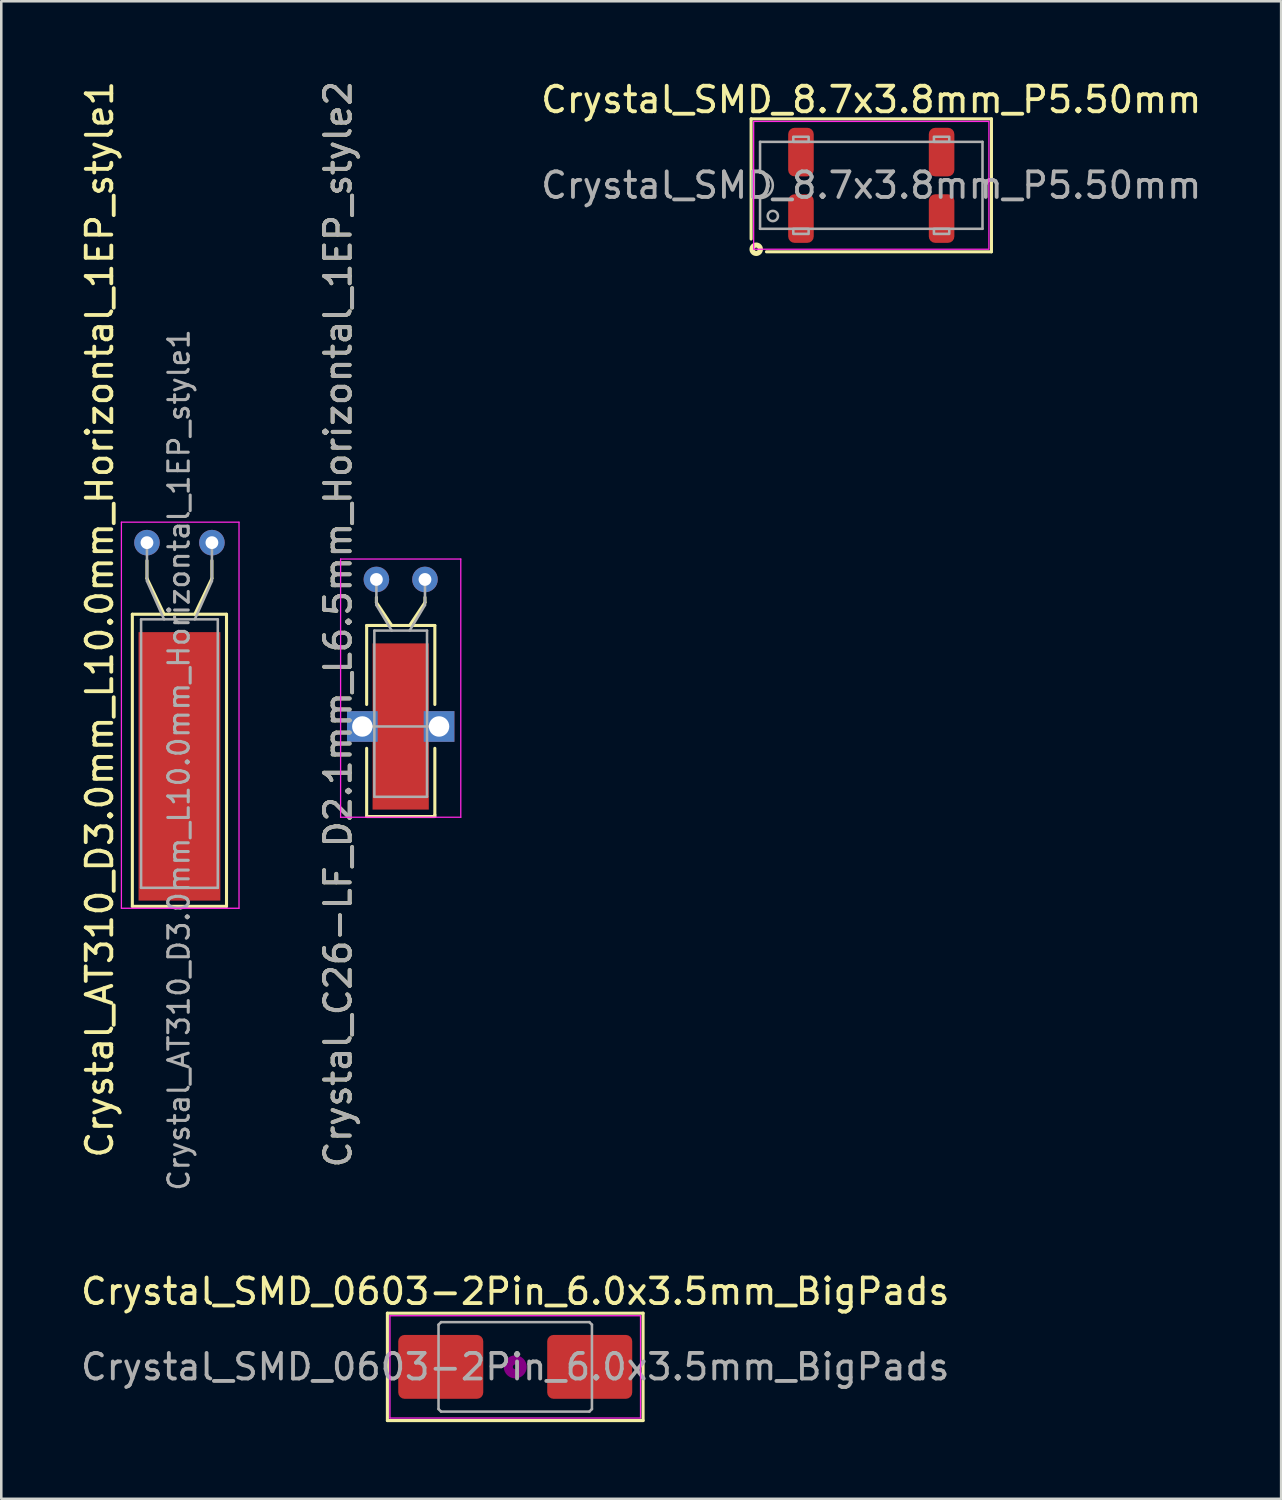
<source format=kicad_pcb>
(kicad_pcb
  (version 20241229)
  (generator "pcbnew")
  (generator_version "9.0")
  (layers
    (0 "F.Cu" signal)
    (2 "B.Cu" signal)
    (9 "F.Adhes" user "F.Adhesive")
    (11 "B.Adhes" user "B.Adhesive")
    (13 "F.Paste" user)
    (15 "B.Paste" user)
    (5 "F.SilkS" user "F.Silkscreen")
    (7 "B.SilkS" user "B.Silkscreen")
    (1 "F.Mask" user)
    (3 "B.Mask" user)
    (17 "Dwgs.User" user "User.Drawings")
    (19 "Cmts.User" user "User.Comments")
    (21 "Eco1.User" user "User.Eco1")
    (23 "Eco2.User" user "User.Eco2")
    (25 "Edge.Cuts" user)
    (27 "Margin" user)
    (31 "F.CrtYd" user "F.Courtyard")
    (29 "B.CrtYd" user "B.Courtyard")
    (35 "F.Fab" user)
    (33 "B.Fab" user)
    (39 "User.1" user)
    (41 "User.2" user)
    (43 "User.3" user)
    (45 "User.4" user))
  (footprint "Crystal_SMD_0603-2Pin_6.0x3.5mm_BigPads"
    (layer "F.Cu")
    (at 17.101 50.409)
    (property "Reference" "Crystal_SMD_0603-2Pin_6.0x3.5mm_BigPads" (at 0 -2.95 0) (layer "F.SilkS") (effects (font (size 1 1) (thickness 0.15))))
    (attr smd)
    (fp_line (start -5 -2.1) (end -5 2.1) (stroke (width 0.12) (type solid)) (layer "F.SilkS"))
    (fp_line (start -5 2.1) (end 5 2.1) (stroke (width 0.12) (type solid)) (layer "F.SilkS"))
    (fp_line (start 5 -2.1) (end -5 -2.1) (stroke (width 0.12) (type solid)) (layer "F.SilkS"))
    (fp_line (start 5 2.1) (end 5 -2.1) (stroke (width 0.12) (type solid)) (layer "F.SilkS"))
    (fp_circle (center 0 0) (end 0.093 0) (stroke (width 0.187) (type solid)) (fill no) (layer "F.Adhes"))
    (fp_circle (center 0 0) (end 0.213 0) (stroke (width 0.133) (type solid)) (fill no) (layer "F.Adhes"))
    (fp_circle (center 0 0) (end 0.333 0) (stroke (width 0.133) (type solid)) (fill no) (layer "F.Adhes"))
    (fp_circle (center 0 0) (end 0.4 0) (stroke (width 0.1) (type solid)) (fill no) (layer "F.Adhes"))
    (fp_line (start -4.9 -2) (end -4.9 2) (stroke (width 0.05) (type solid)) (layer "F.CrtYd"))
    (fp_line (start -4.9 2) (end 4.9 2) (stroke (width 0.05) (type solid)) (layer "F.CrtYd"))
    (fp_line (start 4.9 -2) (end -4.9 -2) (stroke (width 0.05) (type solid)) (layer "F.CrtYd"))
    (fp_line (start 4.9 2) (end 4.9 -2) (stroke (width 0.05) (type solid)) (layer "F.CrtYd"))
    (fp_line (start -3 -1.65) (end -2.9 -1.75) (stroke (width 0.1) (type solid)) (layer "F.Fab"))
    (fp_line (start -3 1.65) (end -3 -1.65) (stroke (width 0.1) (type solid)) (layer "F.Fab"))
    (fp_line (start -2.9 -1.75) (end 2.9 -1.75) (stroke (width 0.1) (type solid)) (layer "F.Fab"))
    (fp_line (start -2.9 1.75) (end -3 1.65) (stroke (width 0.1) (type solid)) (layer "F.Fab"))
    (fp_line (start 2.9 -1.75) (end 3 -1.65) (stroke (width 0.1) (type solid)) (layer "F.Fab"))
    (fp_line (start 2.9 1.75) (end -2.9 1.75) (stroke (width 0.1) (type solid)) (layer "F.Fab"))
    (fp_line (start 3 -1.65) (end 3 1.65) (stroke (width 0.1) (type solid)) (layer "F.Fab"))
    (fp_line (start 3 1.65) (end 2.9 1.75) (stroke (width 0.1) (type solid)) (layer "F.Fab"))
    (fp_text user "${REFERENCE}" (at 0 0 0) (layer "F.Fab") (effects (font (size 1 1) (thickness 0.15))))
    (pad "1" smd roundrect (at -2.913 0) (size 3.325 2.5) (layers "F.Cu" "F.Mask" "F.Paste") (roundrect_rratio 0.1))
    (pad "2" smd roundrect (at 2.913 0) (size 3.325 2.5) (layers "F.Cu" "F.Mask" "F.Paste") (roundrect_rratio 0.1)))
  (footprint "Crystal_AT310_D3.0mm_L10.0mm_Horizontal_1EP_style1"
    (layer "F.Cu")
    (at 2.698 18.173)
    (property "Reference" "Crystal_AT310_D3.0mm_L10.0mm_Horizontal_1EP_style1" (at -1.85 3 90) (layer "F.SilkS") (effects (font (size 1 1) (thickness 0.15))))
    (attr through_hole)
    (fp_line (start -0.572 2.8) (end 3.111 2.8) (stroke (width 0.12) (type solid)) (layer "F.SilkS"))
    (fp_line (start -0.572 14.224) (end -0.572 2.8) (stroke (width 0.12) (type solid)) (layer "F.SilkS"))
    (fp_line (start -0.572 14.224) (end 3.111 14.224) (stroke (width 0.12) (type solid)) (layer "F.SilkS"))
    (fp_line (start 0 1.4) (end 0 0.7) (stroke (width 0.12) (type solid)) (layer "F.SilkS"))
    (fp_line (start 0.67 2.8) (end 0 1.4) (stroke (width 0.12) (type solid)) (layer "F.SilkS"))
    (fp_line (start 1.87 2.8) (end 2.54 1.4) (stroke (width 0.12) (type solid)) (layer "F.SilkS"))
    (fp_line (start 2.54 1.4) (end 2.54 0.7) (stroke (width 0.12) (type solid)) (layer "F.SilkS"))
    (fp_line (start 3.111 2.8) (end 3.111 14.224) (stroke (width 0.12) (type solid)) (layer "F.SilkS"))
    (fp_line (start -1 -0.8) (end -1 14.3) (stroke (width 0.05) (type solid)) (layer "F.CrtYd"))
    (fp_line (start -1 14.3) (end 3.6 14.3) (stroke (width 0.05) (type solid)) (layer "F.CrtYd"))
    (fp_line (start 3.6 -0.8) (end -1 -0.8) (stroke (width 0.05) (type solid)) (layer "F.CrtYd"))
    (fp_line (start 3.6 14.3) (end 3.6 -0.8) (stroke (width 0.05) (type solid)) (layer "F.CrtYd"))
    (fp_line (start -0.23 3) (end -0.23 13.5) (stroke (width 0.1) (type solid)) (layer "F.Fab"))
    (fp_line (start -0.23 13.5) (end 2.77 13.5) (stroke (width 0.1) (type solid)) (layer "F.Fab"))
    (fp_line (start 0 1.5) (end 0 0) (stroke (width 0.1) (type solid)) (layer "F.Fab"))
    (fp_line (start 0.67 3) (end 0 1.5) (stroke (width 0.1) (type solid)) (layer "F.Fab"))
    (fp_line (start 1.87 3) (end 2.54 1.5) (stroke (width 0.1) (type solid)) (layer "F.Fab"))
    (fp_line (start 2.54 1.5) (end 2.54 0) (stroke (width 0.1) (type solid)) (layer "F.Fab"))
    (fp_line (start 2.77 3) (end -0.23 3) (stroke (width 0.1) (type solid)) (layer "F.Fab"))
    (fp_line (start 2.77 13.5) (end 2.77 3) (stroke (width 0.1) (type solid)) (layer "F.Fab"))
    (fp_text user "${REFERENCE}" (at 1.25 8.5 90) (layer "F.Fab") (effects (font (size 0.8 0.8) (thickness 0.12))))
    (pad "1" thru_hole circle (at 0 0) (size 1 1) (drill 0.5) (layers "*.Cu" "*.Mask"))
    (pad "2" thru_hole circle (at 2.54 0) (size 1 1) (drill 0.5) (layers "*.Cu" "*.Mask"))
    (pad "3" smd rect (at 1.27 8.75) (size 3.2 10.5) (layers "F.Cu" "F.Mask" "F.Paste")))
  (footprint "Crystal_SMD_8.7x3.8mm_P5.50mm"
    (layer "F.Cu")
    (at 31.026 4.198)
    (property "Reference" "Crystal_SMD_8.7x3.8mm_P5.50mm" (at 0 -3.35 0) (layer "F.SilkS") (effects (font (size 1 1) (thickness 0.15))))
    (attr smd)
    (fp_line (start -4.7 -2.6) (end 4.7 -2.6) (stroke (width 0.12) (type solid)) (layer "F.SilkS"))
    (fp_line (start -4.7 2.1) (end -4.7 -2.6) (stroke (width 0.12) (type solid)) (layer "F.SilkS"))
    (fp_line (start 4.7 -2.6) (end 4.7 2.6) (stroke (width 0.12) (type solid)) (layer "F.SilkS"))
    (fp_line (start 4.7 2.6) (end -4.1 2.6) (stroke (width 0.12) (type solid)) (layer "F.SilkS"))
    (fp_circle (center -4.5 2.5) (end -4.436 2.5) (stroke (width 0.2) (type solid)) (fill no) (layer "F.SilkS"))
    (fp_rect (start -4.6 -2.5) (end 4.6 2.5) (stroke (width 0.05) (type default)) (fill no) (layer "F.CrtYd"))
    (fp_line (start -4.35 -1.7) (end 4.35 -1.7) (stroke (width 0.1) (type solid)) (layer "F.Fab"))
    (fp_line (start -4.35 -0.5) (end -4.35 -1.7) (stroke (width 0.1) (type solid)) (layer "F.Fab"))
    (fp_line (start -4.35 1.7) (end -4.35 0.5) (stroke (width 0.1) (type solid)) (layer "F.Fab"))
    (fp_line (start 4.35 -1.7) (end 4.35 1.7) (stroke (width 0.1) (type solid)) (layer "F.Fab"))
    (fp_line (start 4.35 1.7) (end -4.35 1.7) (stroke (width 0.1) (type solid)) (layer "F.Fab"))
    (fp_rect (start -3.05 -1.9) (end -2.45 -1.7) (stroke (width 0.1) (type default)) (fill no) (layer "F.Fab"))
    (fp_rect (start -3.05 1.7) (end -2.45 1.9) (stroke (width 0.1) (type default)) (fill no) (layer "F.Fab"))
    (fp_rect (start 2.45 -1.9) (end 3.05 -1.7) (stroke (width 0.1) (type default)) (fill no) (layer "F.Fab"))
    (fp_rect (start 2.45 1.7) (end 3.05 1.9) (stroke (width 0.1) (type default)) (fill no) (layer "F.Fab"))
    (fp_arc (start -4.35 -0.5) (mid -3.85 0) (end -4.35 0.5) (stroke (width 0.1) (type solid)) (layer "F.Fab"))
    (fp_circle (center -3.85 1.2) (end -3.65 1.2) (stroke (width 0.1) (type solid)) (fill no) (layer "F.Fab"))
    (fp_text user "${REFERENCE}" (at 0 0 0) (layer "F.Fab") (effects (font (size 1 1) (thickness 0.15))))
    (pad "1" smd roundrect (at -2.75 1.3) (size 1 1.9) (layers "F.Cu" "F.Mask" "F.Paste") (roundrect_rratio 0.25))
    (pad "2" smd roundrect (at 2.75 1.3) (size 1 1.9) (layers "F.Cu" "F.Mask" "F.Paste") (roundrect_rratio 0.25))
    (pad "3" smd roundrect (at 2.75 -1.3) (size 1 1.9) (layers "F.Cu" "F.Mask" "F.Paste") (roundrect_rratio 0.25))
    (pad "4" smd roundrect (at -2.75 -1.3) (size 1 1.9) (layers "F.Cu" "F.Mask" "F.Paste") (roundrect_rratio 0.25)))
  (footprint "Crystal_C26-LF_D2.1mm_L6.5mm_Horizontal_1EP_style2"
    (layer "F.Cu")
    (at 11.671 19.613)
    (property "Reference" "Crystal_C26-LF_D2.1mm_L6.5mm_Horizontal_1EP_style2" (at -1.5 1.75 90) (layer "F.SilkS") (effects (font (size 1 1) (thickness 0.15))))
    (attr through_hole)
    (fp_line (start -0.381 1.8) (end 2.286 1.8) (stroke (width 0.12) (type solid)) (layer "F.SilkS"))
    (fp_line (start -0.381 4.889) (end -0.381 1.8) (stroke (width 0.12) (type solid)) (layer "F.SilkS"))
    (fp_line (start -0.381 9.271) (end -0.381 6.604) (stroke (width 0.12) (type solid)) (layer "F.SilkS"))
    (fp_line (start 0 0.9) (end 0 0.7) (stroke (width 0.12) (type solid)) (layer "F.SilkS"))
    (fp_line (start 0.6 1.8) (end 0 0.9) (stroke (width 0.12) (type solid)) (layer "F.SilkS"))
    (fp_line (start 1.3 1.8) (end 1.9 0.9) (stroke (width 0.12) (type solid)) (layer "F.SilkS"))
    (fp_line (start 1.9 0.9) (end 1.9 0.7) (stroke (width 0.12) (type solid)) (layer "F.SilkS"))
    (fp_line (start 2.286 1.8) (end 2.286 4.889) (stroke (width 0.12) (type solid)) (layer "F.SilkS"))
    (fp_line (start 2.286 6.604) (end 2.286 9.207) (stroke (width 0.12) (type solid)) (layer "F.SilkS"))
    (fp_line (start 2.286 9.207) (end 2.286 9.271) (stroke (width 0.12) (type solid)) (layer "F.SilkS"))
    (fp_line (start 2.286 9.271) (end -0.381 9.271) (stroke (width 0.12) (type solid)) (layer "F.SilkS"))
    (fp_line (start -1.4 -0.8) (end -1.4 9.3) (stroke (width 0.05) (type solid)) (layer "F.CrtYd"))
    (fp_line (start -1.4 9.3) (end 3.3 9.3) (stroke (width 0.05) (type solid)) (layer "F.CrtYd"))
    (fp_line (start 3.3 -0.8) (end -1.4 -0.8) (stroke (width 0.05) (type solid)) (layer "F.CrtYd"))
    (fp_line (start 3.3 9.3) (end 3.3 -0.8) (stroke (width 0.05) (type solid)) (layer "F.CrtYd"))
    (fp_line (start -0.55 5.75) (end 2.45 5.75) (stroke (width 0.1) (type solid)) (layer "F.Fab"))
    (fp_line (start -0.08 2) (end -0.08 8.5) (stroke (width 0.1) (type solid)) (layer "F.Fab"))
    (fp_line (start -0.08 8.5) (end 1.98 8.5) (stroke (width 0.1) (type solid)) (layer "F.Fab"))
    (fp_line (start 0 1) (end 0 0) (stroke (width 0.1) (type solid)) (layer "F.Fab"))
    (fp_line (start 0.6 2) (end 0 1) (stroke (width 0.1) (type solid)) (layer "F.Fab"))
    (fp_line (start 1.3 2) (end 1.9 1) (stroke (width 0.1) (type solid)) (layer "F.Fab"))
    (fp_line (start 1.9 1) (end 1.9 0) (stroke (width 0.1) (type solid)) (layer "F.Fab"))
    (fp_line (start 1.98 2) (end -0.08 2) (stroke (width 0.1) (type solid)) (layer "F.Fab"))
    (fp_line (start 1.98 8.5) (end 1.98 2) (stroke (width 0.1) (type solid)) (layer "F.Fab"))
    (fp_text user "${REFERENCE}" (at -1.5 1.75 90) (layer "F.Fab") (effects (font (size 1 1) (thickness 0.15))))
    (pad "1" thru_hole circle (at 0 0) (size 1 1) (drill 0.5) (layers "*.Cu" "*.Mask"))
    (pad "2" thru_hole circle (at 1.9 0) (size 1 1) (drill 0.5) (layers "*.Cu" "*.Mask"))
    (pad "3" thru_hole rect (at -0.55 5.75) (size 1.2 1.2) (drill 0.8) (layers "*.Cu" "*.Mask"))
    (pad "3" smd rect (at 0.95 5.75) (size 2.2 6.5) (layers "F.Cu" "F.Mask" "F.Paste"))
    (pad "3" thru_hole rect (at 2.45 5.75) (size 1.2 1.2) (drill 0.8) (layers "*.Cu" "*.Mask")))
  (gr_rect
    (start -3 -3)
    (end 47.056 55.569)
    (stroke (width 0.1) (type default))
    (fill no)
    (layer "Edge.Cuts")))
</source>
